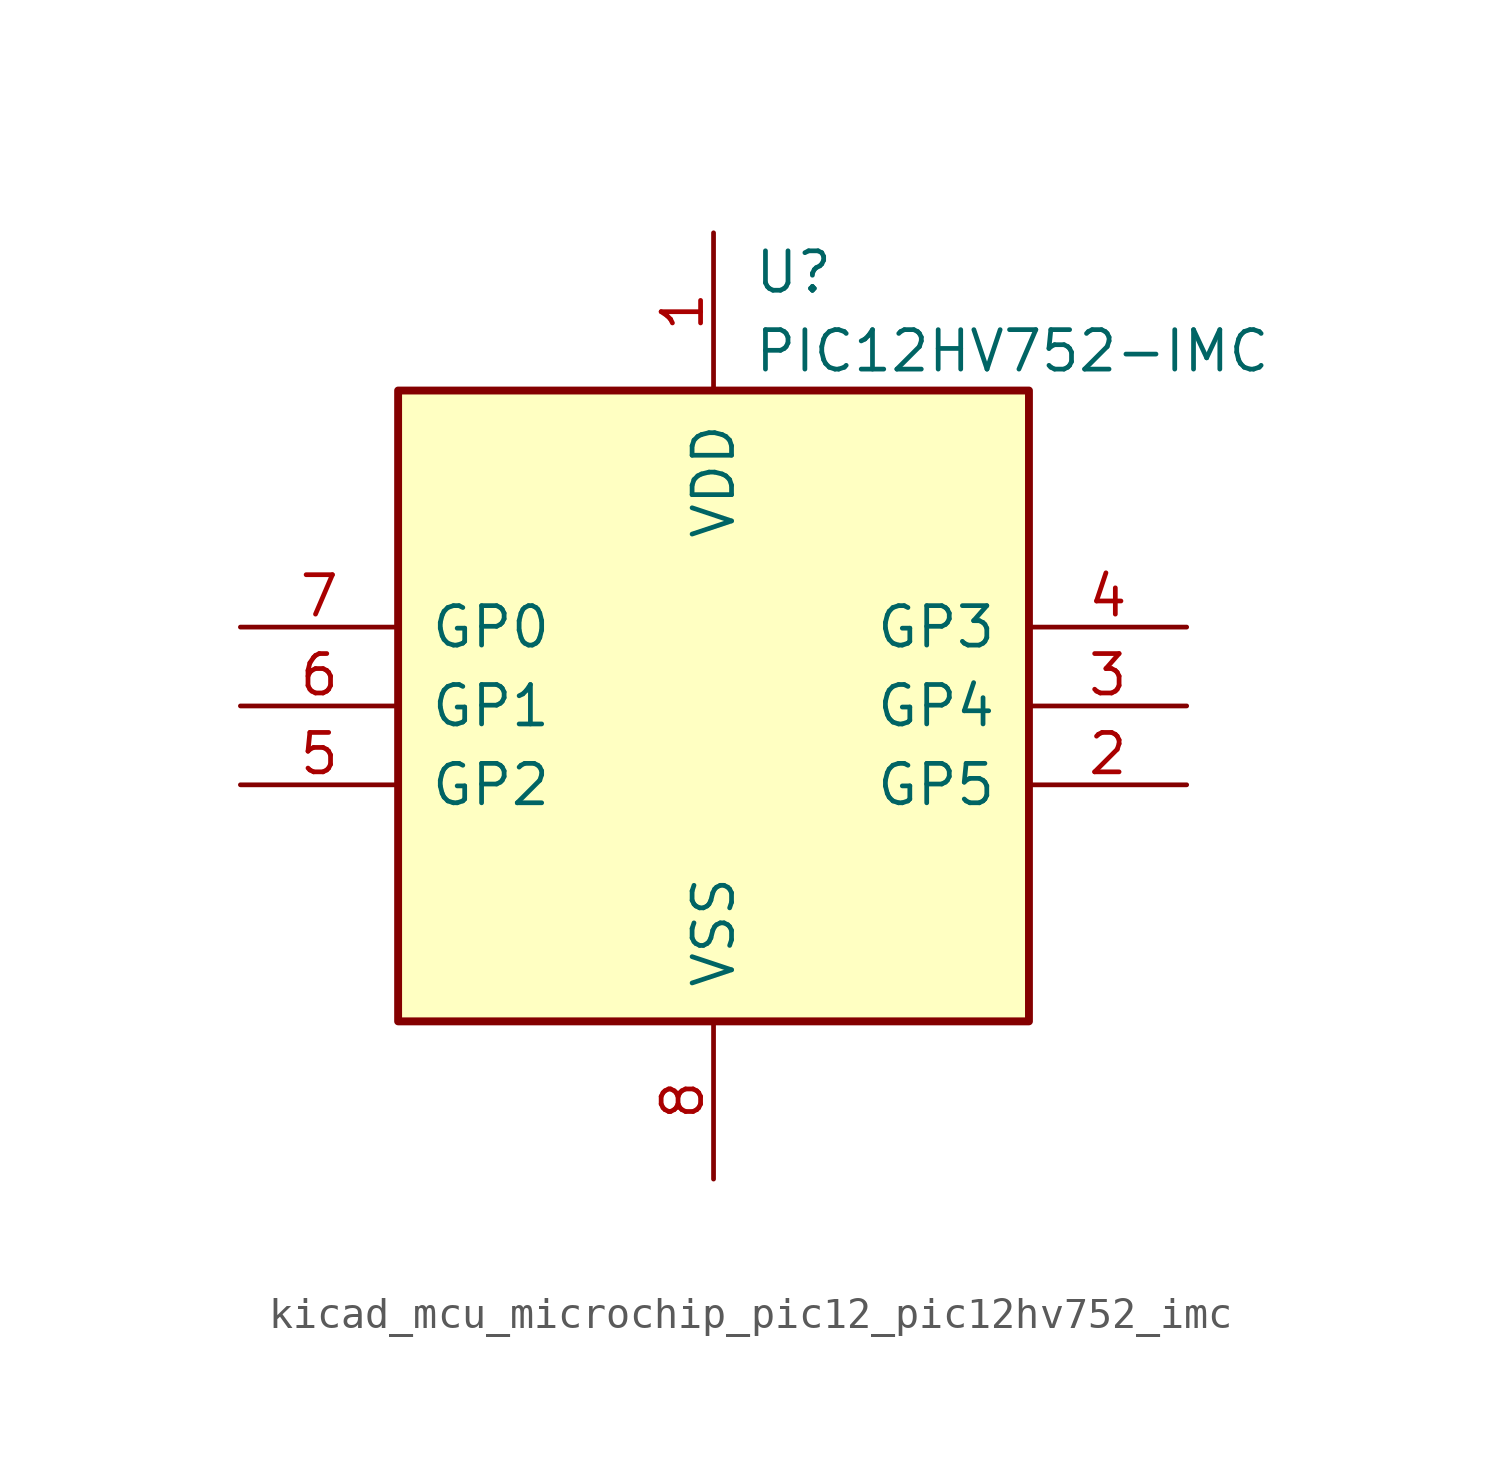
<source format=kicad_sym>
(kicad_symbol_lib
  (version 20220914)
  (generator kicad_symbol_editor)
  (symbol "kicad_mcu_microchip_pic12_pic12hv752_imc"
    (pin_names
      (offset 1.016))
    (property "Reference" "U"
      (at 1.27 13.97 0)
      (effects (font (size 1.27 1.27)) (justify left)))
    (property "Value" "PIC12HV752-IMC"
      (at 1.27 11.43 0)
      (effects (font (size 1.27 1.27)) (justify left)))
    (symbol "kicad_mcu_microchip_pic12_pic12hv752_imc_0_1"
      (rectangle (start 10.16 -10.16) (end -10.16 10.16) (stroke (width 0.254) (type default)) (fill (type background))))
    (symbol "kicad_mcu_microchip_pic12_pic12hv752_imc_1_1"
      (pin power_in line (at 0 15.24 270) (length 5.08) (name "VDD" (effects (font (size 1.27 1.27)))) (number "1" (effects (font (size 1.27 1.27)))))
      (pin bidirectional line (at 15.24 -2.54 180) (length 5.08) (name "GP5" (effects (font (size 1.27 1.27)))) (number "2" (effects (font (size 1.27 1.27)))))
      (pin bidirectional line (at 15.24 0 180) (length 5.08) (name "GP4" (effects (font (size 1.27 1.27)))) (number "3" (effects (font (size 1.27 1.27)))))
      (pin input line (at 15.24 2.54 180) (length 5.08) (name "GP3" (effects (font (size 1.27 1.27)))) (number "4" (effects (font (size 1.27 1.27)))))
      (pin bidirectional line (at -15.24 -2.54 0) (length 5.08) (name "GP2" (effects (font (size 1.27 1.27)))) (number "5" (effects (font (size 1.27 1.27)))))
      (pin bidirectional line (at -15.24 0 0) (length 5.08) (name "GP1" (effects (font (size 1.27 1.27)))) (number "6" (effects (font (size 1.27 1.27)))))
      (pin bidirectional line (at -15.24 2.54 0) (length 5.08) (name "GP0" (effects (font (size 1.27 1.27)))) (number "7" (effects (font (size 1.27 1.27)))))
      (pin power_in line (at 0 -15.24 90) (length 5.08) (name "VSS" (effects (font (size 1.27 1.27)))) (number "8" (effects (font (size 1.27 1.27))))))))
</source>
